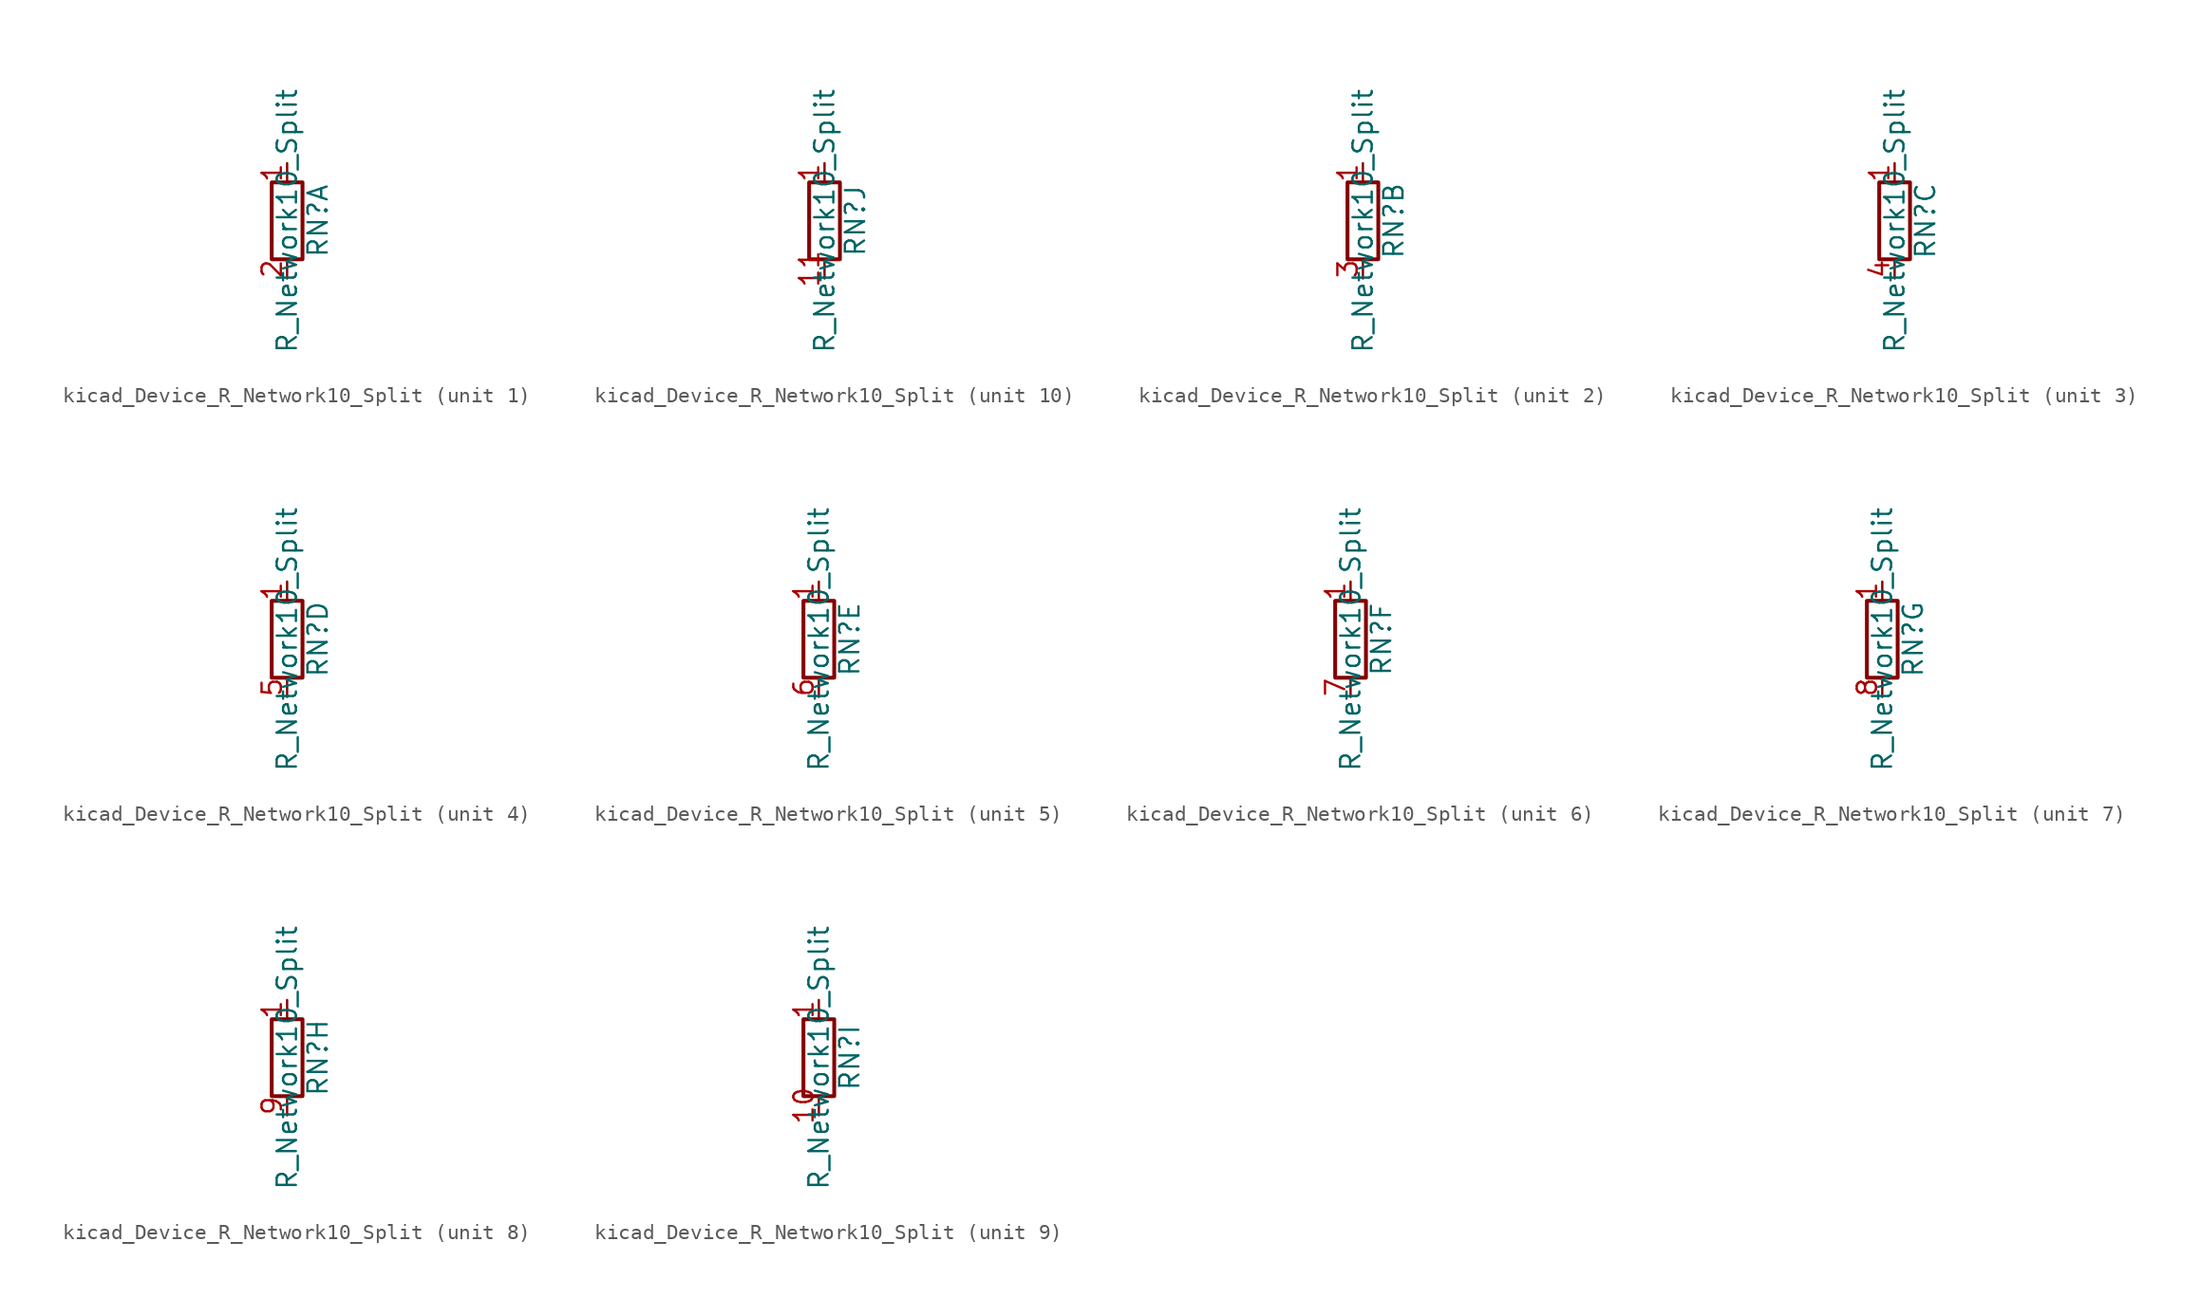
<source format=kicad_sym>
(kicad_symbol_lib
  (version 20220914)
  (generator kicad_symbol_editor)
  (symbol "kicad_Device_R_Network10_Split"
    (pin_names
      (offset 0) hide)
    (property "Reference" "RN"
      (at 2.032 0 90)
      (effects (font (size 1.27 1.27))))
    (property "Value" "R_Network10_Split"
      (at 0 0 90)
      (effects (font (size 1.27 1.27))))
    (symbol "kicad_Device_R_Network10_Split_0_1"
      (rectangle (start 1.016 2.54) (end -1.016 -2.54) (stroke (width 0.254) (type default)) (fill (type none)))
      (pin passive line (at 0 3.81 270) (length 1.27) (name "R1" (effects (font (size 1.27 1.27)))) (number "1" (effects (font (size 1.27 1.27))))))
    (symbol "kicad_Device_R_Network10_Split_1_1"
      (pin passive line (at 0 -3.81 90) (length 1.27) (name "R1.2" (effects (font (size 1.27 1.27)))) (number "2" (effects (font (size 1.27 1.27))))))
    (symbol "kicad_Device_R_Network10_Split_2_1"
      (pin passive line (at 0 -3.81 90) (length 1.27) (name "R2.2" (effects (font (size 1.27 1.27)))) (number "3" (effects (font (size 1.27 1.27))))))
    (symbol "kicad_Device_R_Network10_Split_3_1"
      (pin passive line (at 0 -3.81 90) (length 1.27) (name "R3.2" (effects (font (size 1.27 1.27)))) (number "4" (effects (font (size 1.27 1.27))))))
    (symbol "kicad_Device_R_Network10_Split_4_1"
      (pin passive line (at 0 -3.81 90) (length 1.27) (name "R4.2" (effects (font (size 1.27 1.27)))) (number "5" (effects (font (size 1.27 1.27))))))
    (symbol "kicad_Device_R_Network10_Split_5_1"
      (pin passive line (at 0 -3.81 90) (length 1.27) (name "R5.2" (effects (font (size 1.27 1.27)))) (number "6" (effects (font (size 1.27 1.27))))))
    (symbol "kicad_Device_R_Network10_Split_6_1"
      (pin passive line (at 0 -3.81 90) (length 1.27) (name "R6.2" (effects (font (size 1.27 1.27)))) (number "7" (effects (font (size 1.27 1.27))))))
    (symbol "kicad_Device_R_Network10_Split_7_1"
      (pin passive line (at 0 -3.81 90) (length 1.27) (name "R7.2" (effects (font (size 1.27 1.27)))) (number "8" (effects (font (size 1.27 1.27))))))
    (symbol "kicad_Device_R_Network10_Split_8_1"
      (pin passive line (at 0 -3.81 90) (length 1.27) (name "R8.2" (effects (font (size 1.27 1.27)))) (number "9" (effects (font (size 1.27 1.27))))))
    (symbol "kicad_Device_R_Network10_Split_9_1"
      (pin passive line (at 0 -3.81 90) (length 1.27) (name "R9.2" (effects (font (size 1.27 1.27)))) (number "10" (effects (font (size 1.27 1.27))))))
    (symbol "kicad_Device_R_Network10_Split_10_1"
      (pin passive line (at 0 -3.81 90) (length 1.27) (name "R10.2" (effects (font (size 1.27 1.27)))) (number "11" (effects (font (size 1.27 1.27))))))))
</source>
